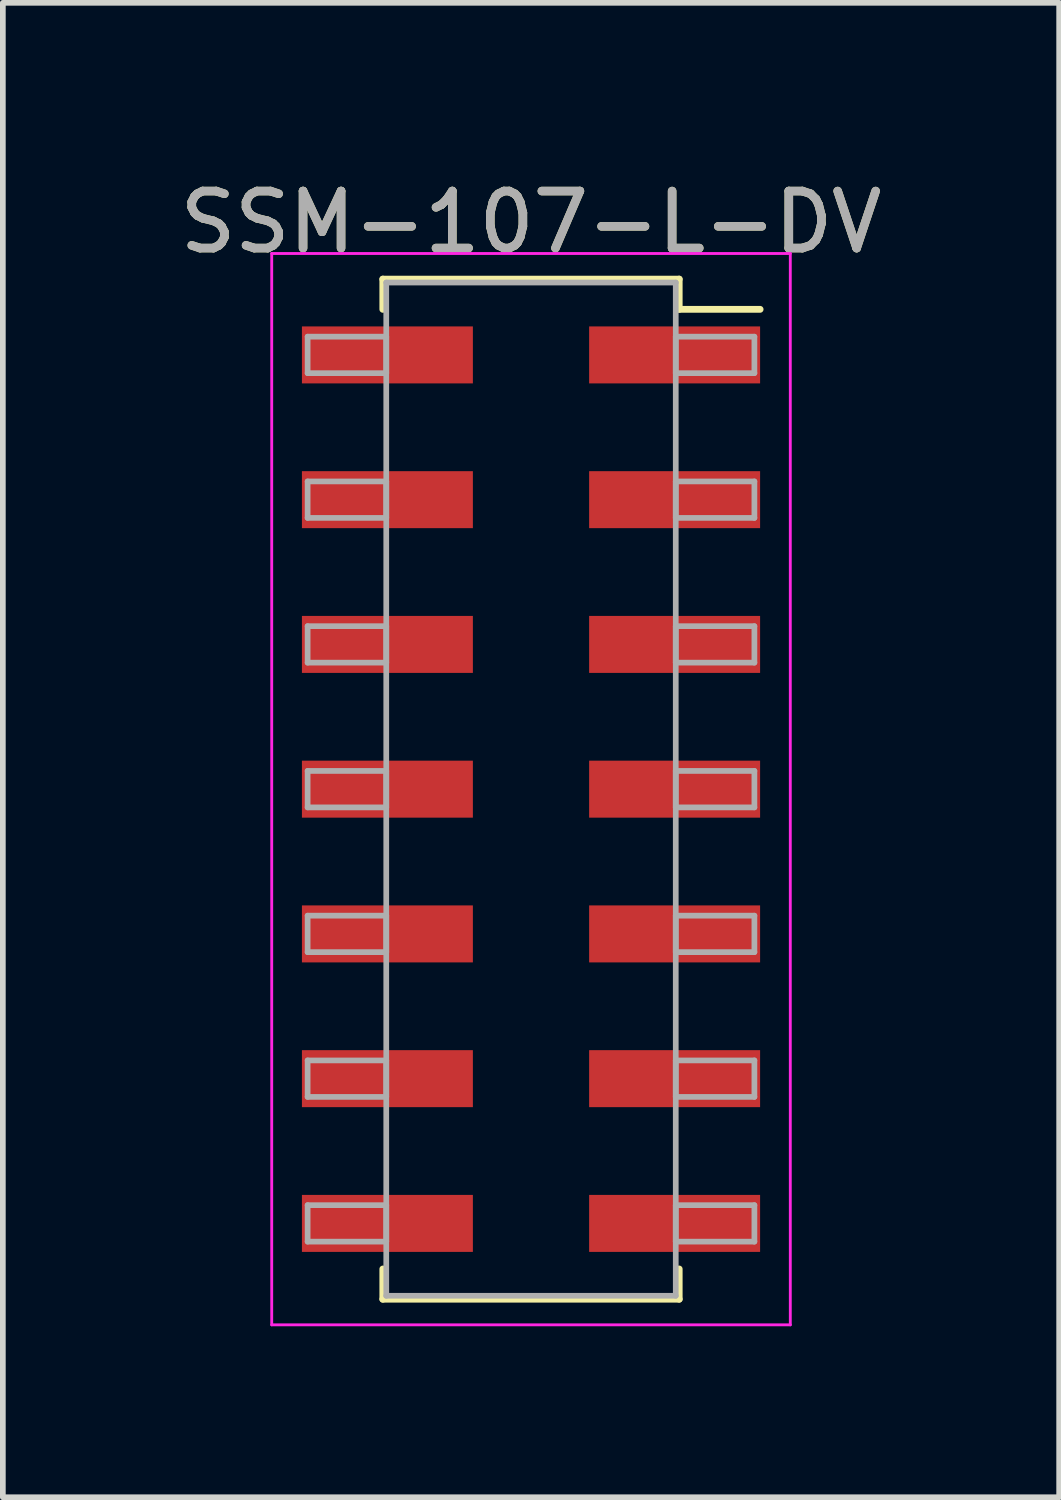
<source format=kicad_pcb>
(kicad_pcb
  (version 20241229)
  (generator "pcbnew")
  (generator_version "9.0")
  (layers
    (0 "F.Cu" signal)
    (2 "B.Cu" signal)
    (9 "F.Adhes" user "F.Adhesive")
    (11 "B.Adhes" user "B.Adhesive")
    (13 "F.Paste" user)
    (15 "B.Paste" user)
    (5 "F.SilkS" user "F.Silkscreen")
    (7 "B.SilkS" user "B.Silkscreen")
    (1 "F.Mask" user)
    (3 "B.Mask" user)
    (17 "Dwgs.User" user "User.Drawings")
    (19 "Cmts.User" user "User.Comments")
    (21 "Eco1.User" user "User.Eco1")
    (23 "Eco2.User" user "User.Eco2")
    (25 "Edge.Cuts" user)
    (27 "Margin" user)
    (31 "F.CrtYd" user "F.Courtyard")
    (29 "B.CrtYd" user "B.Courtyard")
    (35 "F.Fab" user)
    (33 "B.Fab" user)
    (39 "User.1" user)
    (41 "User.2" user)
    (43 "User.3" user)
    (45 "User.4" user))
  (footprint "SSM-107-L-DV"
    (layer "F.Cu")
    (at 6.268 10.798)
    (property "Reference" "SSM-107-L-DV" (at 0 -9.95 0) (layer "F.SilkS") (effects (font (size 1 1) (thickness 0.15))))
    (attr smd)
    (fp_line (start -2.6 -8.95) (end 2.6 -8.95) (stroke (width 0.12) (type solid)) (layer "F.SilkS"))
    (fp_line (start -2.6 -8.42) (end -2.6 -8.95) (stroke (width 0.12) (type solid)) (layer "F.SilkS"))
    (fp_line (start -2.6 8.42) (end -2.6 8.95) (stroke (width 0.12) (type solid)) (layer "F.SilkS"))
    (fp_line (start -2.6 8.95) (end 2.6 8.95) (stroke (width 0.12) (type solid)) (layer "F.SilkS"))
    (fp_line (start 2.6 -8.95) (end 2.6 -8.42) (stroke (width 0.12) (type solid)) (layer "F.SilkS"))
    (fp_line (start 2.6 8.95) (end 2.6 8.42) (stroke (width 0.12) (type solid)) (layer "F.SilkS"))
    (fp_line (start 4.02 -8.42) (end 2.6 -8.42) (stroke (width 0.12) (type solid)) (layer "F.SilkS"))
    (fp_line (start -4.55 -9.4) (end -4.55 9.4) (stroke (width 0.05) (type solid)) (layer "F.CrtYd"))
    (fp_line (start -4.55 9.4) (end 4.55 9.4) (stroke (width 0.05) (type solid)) (layer "F.CrtYd"))
    (fp_line (start 4.55 -9.4) (end -4.55 -9.4) (stroke (width 0.05) (type solid)) (layer "F.CrtYd"))
    (fp_line (start 4.55 9.4) (end 4.55 -9.4) (stroke (width 0.05) (type solid)) (layer "F.CrtYd"))
    (fp_line (start -3.92 -7.94) (end -2.54 -7.94) (stroke (width 0.1) (type solid)) (layer "F.Fab"))
    (fp_line (start -3.92 -7.3) (end -3.92 -7.94) (stroke (width 0.1) (type solid)) (layer "F.Fab"))
    (fp_line (start -3.92 -5.4) (end -2.54 -5.4) (stroke (width 0.1) (type solid)) (layer "F.Fab"))
    (fp_line (start -3.92 -4.76) (end -3.92 -5.4) (stroke (width 0.1) (type solid)) (layer "F.Fab"))
    (fp_line (start -3.92 -2.86) (end -2.54 -2.86) (stroke (width 0.1) (type solid)) (layer "F.Fab"))
    (fp_line (start -3.92 -2.22) (end -3.92 -2.86) (stroke (width 0.1) (type solid)) (layer "F.Fab"))
    (fp_line (start -3.92 -0.32) (end -2.54 -0.32) (stroke (width 0.1) (type solid)) (layer "F.Fab"))
    (fp_line (start -3.92 0.32) (end -3.92 -0.32) (stroke (width 0.1) (type solid)) (layer "F.Fab"))
    (fp_line (start -3.92 2.22) (end -2.54 2.22) (stroke (width 0.1) (type solid)) (layer "F.Fab"))
    (fp_line (start -3.92 2.86) (end -3.92 2.22) (stroke (width 0.1) (type solid)) (layer "F.Fab"))
    (fp_line (start -3.92 4.76) (end -2.54 4.76) (stroke (width 0.1) (type solid)) (layer "F.Fab"))
    (fp_line (start -3.92 5.4) (end -3.92 4.76) (stroke (width 0.1) (type solid)) (layer "F.Fab"))
    (fp_line (start -3.92 7.3) (end -2.54 7.3) (stroke (width 0.1) (type solid)) (layer "F.Fab"))
    (fp_line (start -3.92 7.94) (end -3.92 7.3) (stroke (width 0.1) (type solid)) (layer "F.Fab"))
    (fp_line (start -2.54 -8.89) (end -2.54 8.89) (stroke (width 0.1) (type solid)) (layer "F.Fab"))
    (fp_line (start -2.54 -7.94) (end -2.54 -7.3) (stroke (width 0.1) (type solid)) (layer "F.Fab"))
    (fp_line (start -2.54 -7.3) (end -3.92 -7.3) (stroke (width 0.1) (type solid)) (layer "F.Fab"))
    (fp_line (start -2.54 -5.4) (end -2.54 -4.76) (stroke (width 0.1) (type solid)) (layer "F.Fab"))
    (fp_line (start -2.54 -4.76) (end -3.92 -4.76) (stroke (width 0.1) (type solid)) (layer "F.Fab"))
    (fp_line (start -2.54 -2.86) (end -2.54 -2.22) (stroke (width 0.1) (type solid)) (layer "F.Fab"))
    (fp_line (start -2.54 -2.22) (end -3.92 -2.22) (stroke (width 0.1) (type solid)) (layer "F.Fab"))
    (fp_line (start -2.54 -0.32) (end -2.54 0.32) (stroke (width 0.1) (type solid)) (layer "F.Fab"))
    (fp_line (start -2.54 0.32) (end -3.92 0.32) (stroke (width 0.1) (type solid)) (layer "F.Fab"))
    (fp_line (start -2.54 2.22) (end -2.54 2.86) (stroke (width 0.1) (type solid)) (layer "F.Fab"))
    (fp_line (start -2.54 2.86) (end -3.92 2.86) (stroke (width 0.1) (type solid)) (layer "F.Fab"))
    (fp_line (start -2.54 4.76) (end -2.54 5.4) (stroke (width 0.1) (type solid)) (layer "F.Fab"))
    (fp_line (start -2.54 5.4) (end -3.92 5.4) (stroke (width 0.1) (type solid)) (layer "F.Fab"))
    (fp_line (start -2.54 7.3) (end -2.54 7.94) (stroke (width 0.1) (type solid)) (layer "F.Fab"))
    (fp_line (start -2.54 7.94) (end -3.92 7.94) (stroke (width 0.1) (type solid)) (layer "F.Fab"))
    (fp_line (start -2.54 8.89) (end 2.54 8.89) (stroke (width 0.1) (type solid)) (layer "F.Fab"))
    (fp_line (start 2.54 -8.89) (end -2.54 -8.89) (stroke (width 0.1) (type solid)) (layer "F.Fab"))
    (fp_line (start 2.54 -7.94) (end 2.54 -7.3) (stroke (width 0.1) (type solid)) (layer "F.Fab"))
    (fp_line (start 2.54 -7.3) (end 3.92 -7.3) (stroke (width 0.1) (type solid)) (layer "F.Fab"))
    (fp_line (start 2.54 -5.4) (end 2.54 -4.76) (stroke (width 0.1) (type solid)) (layer "F.Fab"))
    (fp_line (start 2.54 -4.76) (end 3.92 -4.76) (stroke (width 0.1) (type solid)) (layer "F.Fab"))
    (fp_line (start 2.54 -2.86) (end 2.54 -2.22) (stroke (width 0.1) (type solid)) (layer "F.Fab"))
    (fp_line (start 2.54 -2.22) (end 3.92 -2.22) (stroke (width 0.1) (type solid)) (layer "F.Fab"))
    (fp_line (start 2.54 -0.32) (end 2.54 0.32) (stroke (width 0.1) (type solid)) (layer "F.Fab"))
    (fp_line (start 2.54 0.32) (end 3.92 0.32) (stroke (width 0.1) (type solid)) (layer "F.Fab"))
    (fp_line (start 2.54 2.22) (end 2.54 2.86) (stroke (width 0.1) (type solid)) (layer "F.Fab"))
    (fp_line (start 2.54 2.86) (end 3.92 2.86) (stroke (width 0.1) (type solid)) (layer "F.Fab"))
    (fp_line (start 2.54 4.76) (end 2.54 5.4) (stroke (width 0.1) (type solid)) (layer "F.Fab"))
    (fp_line (start 2.54 5.4) (end 3.92 5.4) (stroke (width 0.1) (type solid)) (layer "F.Fab"))
    (fp_line (start 2.54 7.3) (end 2.54 7.94) (stroke (width 0.1) (type solid)) (layer "F.Fab"))
    (fp_line (start 2.54 7.94) (end 3.92 7.94) (stroke (width 0.1) (type solid)) (layer "F.Fab"))
    (fp_line (start 2.54 8.89) (end 2.54 -8.89) (stroke (width 0.1) (type solid)) (layer "F.Fab"))
    (fp_line (start 3.92 -7.94) (end 2.54 -7.94) (stroke (width 0.1) (type solid)) (layer "F.Fab"))
    (fp_line (start 3.92 -7.3) (end 3.92 -7.94) (stroke (width 0.1) (type solid)) (layer "F.Fab"))
    (fp_line (start 3.92 -5.4) (end 2.54 -5.4) (stroke (width 0.1) (type solid)) (layer "F.Fab"))
    (fp_line (start 3.92 -4.76) (end 3.92 -5.4) (stroke (width 0.1) (type solid)) (layer "F.Fab"))
    (fp_line (start 3.92 -2.86) (end 2.54 -2.86) (stroke (width 0.1) (type solid)) (layer "F.Fab"))
    (fp_line (start 3.92 -2.22) (end 3.92 -2.86) (stroke (width 0.1) (type solid)) (layer "F.Fab"))
    (fp_line (start 3.92 -0.32) (end 2.54 -0.32) (stroke (width 0.1) (type solid)) (layer "F.Fab"))
    (fp_line (start 3.92 0.32) (end 3.92 -0.32) (stroke (width 0.1) (type solid)) (layer "F.Fab"))
    (fp_line (start 3.92 2.22) (end 2.54 2.22) (stroke (width 0.1) (type solid)) (layer "F.Fab"))
    (fp_line (start 3.92 2.86) (end 3.92 2.22) (stroke (width 0.1) (type solid)) (layer "F.Fab"))
    (fp_line (start 3.92 4.76) (end 2.54 4.76) (stroke (width 0.1) (type solid)) (layer "F.Fab"))
    (fp_line (start 3.92 5.4) (end 3.92 4.76) (stroke (width 0.1) (type solid)) (layer "F.Fab"))
    (fp_line (start 3.92 7.3) (end 2.54 7.3) (stroke (width 0.1) (type solid)) (layer "F.Fab"))
    (fp_line (start 3.92 7.94) (end 3.92 7.3) (stroke (width 0.1) (type solid)) (layer "F.Fab"))
    (fp_text user "${REFERENCE}" (at 0 -9.95 0) (layer "F.Fab") (effects (font (size 1 1) (thickness 0.15))))
    (pad "1" smd rect (at 2.52 -7.62) (size 3 1) (layers "F.Cu" "F.Mask" "F.Paste"))
    (pad "2" smd rect (at -2.52 -7.62) (size 3 1) (layers "F.Cu" "F.Mask" "F.Paste"))
    (pad "3" smd rect (at 2.52 -5.08) (size 3 1) (layers "F.Cu" "F.Mask" "F.Paste"))
    (pad "4" smd rect (at -2.52 -5.08) (size 3 1) (layers "F.Cu" "F.Mask" "F.Paste"))
    (pad "5" smd rect (at 2.52 -2.54) (size 3 1) (layers "F.Cu" "F.Mask" "F.Paste"))
    (pad "6" smd rect (at -2.52 -2.54) (size 3 1) (layers "F.Cu" "F.Mask" "F.Paste"))
    (pad "7" smd rect (at 2.52 0) (size 3 1) (layers "F.Cu" "F.Mask" "F.Paste"))
    (pad "8" smd rect (at -2.52 0) (size 3 1) (layers "F.Cu" "F.Mask" "F.Paste"))
    (pad "9" smd rect (at 2.52 2.54) (size 3 1) (layers "F.Cu" "F.Mask" "F.Paste"))
    (pad "10" smd rect (at -2.52 2.54) (size 3 1) (layers "F.Cu" "F.Mask" "F.Paste"))
    (pad "11" smd rect (at 2.52 5.08) (size 3 1) (layers "F.Cu" "F.Mask" "F.Paste"))
    (pad "12" smd rect (at -2.52 5.08) (size 3 1) (layers "F.Cu" "F.Mask" "F.Paste"))
    (pad "13" smd rect (at 2.52 7.62) (size 3 1) (layers "F.Cu" "F.Mask" "F.Paste"))
    (pad "14" smd rect (at -2.52 7.62) (size 3 1) (layers "F.Cu" "F.Mask" "F.Paste")))
  (gr_rect
    (start -3 -3)
    (end 15.536 23.223)
    (stroke (width 0.1) (type default))
    (fill no)
    (layer "Edge.Cuts")))
</source>
